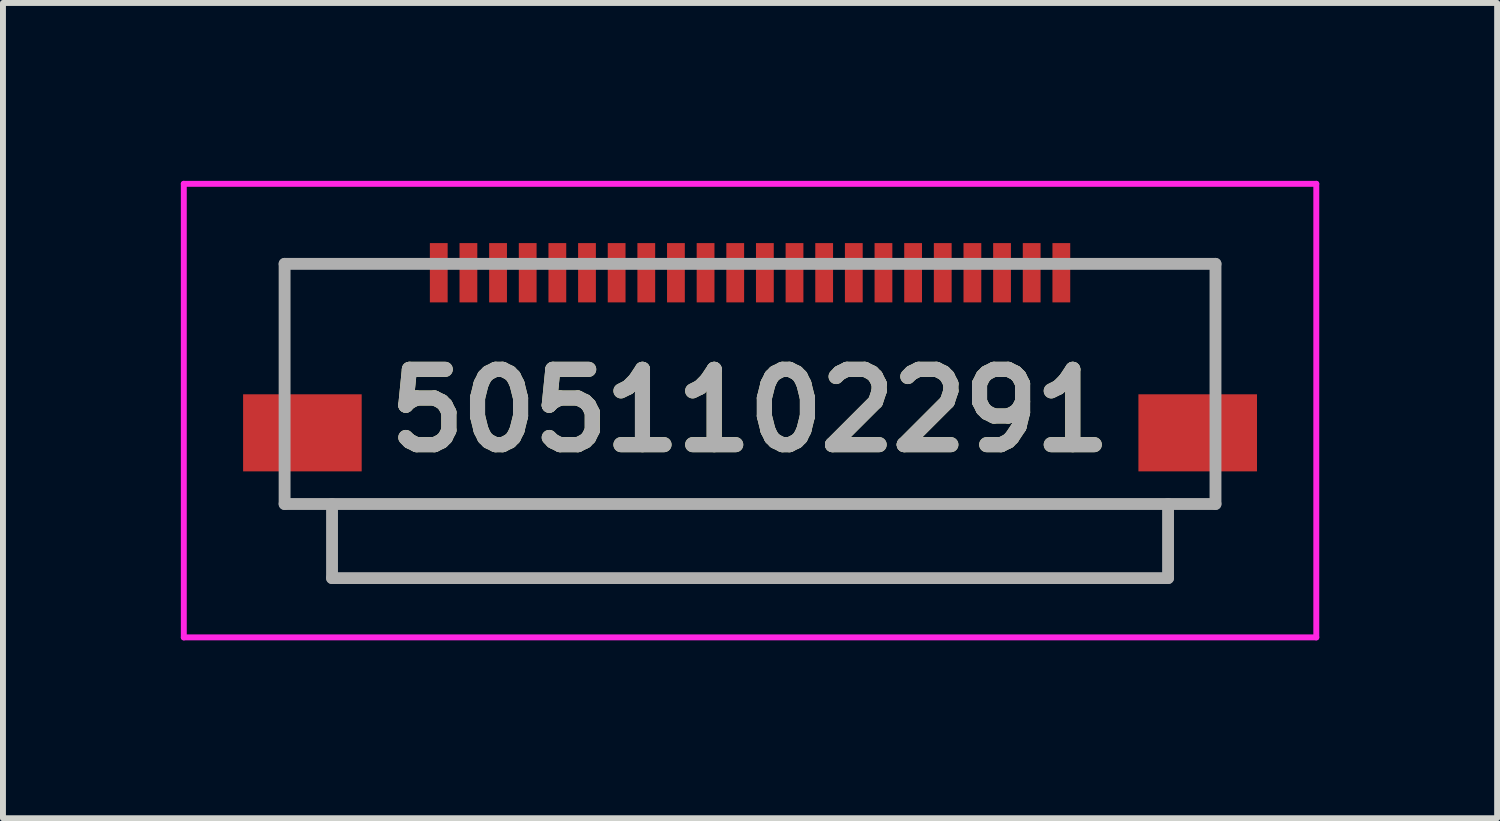
<source format=kicad_pcb>
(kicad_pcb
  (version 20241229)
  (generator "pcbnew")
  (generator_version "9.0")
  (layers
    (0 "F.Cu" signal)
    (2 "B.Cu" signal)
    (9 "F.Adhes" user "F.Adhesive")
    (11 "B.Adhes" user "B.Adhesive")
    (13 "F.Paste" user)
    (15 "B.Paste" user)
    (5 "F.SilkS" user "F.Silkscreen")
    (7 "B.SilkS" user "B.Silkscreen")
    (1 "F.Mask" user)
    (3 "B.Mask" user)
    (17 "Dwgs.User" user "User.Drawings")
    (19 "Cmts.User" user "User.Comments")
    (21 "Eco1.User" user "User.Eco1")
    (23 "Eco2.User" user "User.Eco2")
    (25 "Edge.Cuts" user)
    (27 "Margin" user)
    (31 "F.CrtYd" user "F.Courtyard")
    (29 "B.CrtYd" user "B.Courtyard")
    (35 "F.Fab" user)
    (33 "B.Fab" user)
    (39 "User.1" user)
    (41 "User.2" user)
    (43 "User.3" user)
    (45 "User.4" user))
  (footprint "5051102291"
    (layer "F.Cu")
    (at 9.6 3.875)
    (property "Reference" "5051102291" (at 0 0 0) (layer "F.SilkS") (effects (font (size 1.27 1.27) (thickness 0.254))))
    (attr smd)
    (fp_line (start -7.85 -2.475) (end -6.5 -2.475) (stroke (width 0.1) (type solid)) (layer "F.SilkS"))
    (fp_line (start -7.85 -2.325) (end -7.85 -2.475) (stroke (width 0.1) (type solid)) (layer "F.SilkS"))
    (fp_line (start -7.85 -0.475) (end -7.85 -2.325) (stroke (width 0.1) (type solid)) (layer "F.SilkS"))
    (fp_line (start -7.85 1.575) (end 7.85 1.575) (stroke (width 0.1) (type solid)) (layer "F.SilkS"))
    (fp_line (start -7.05 1.575) (end -7.05 2.825) (stroke (width 0.1) (type solid)) (layer "F.SilkS"))
    (fp_line (start -7.05 2.825) (end 7.05 2.825) (stroke (width 0.1) (type solid)) (layer "F.SilkS"))
    (fp_line (start -6.5 -2.475) (end -6 -2.475) (stroke (width 0.1) (type solid)) (layer "F.SilkS"))
    (fp_line (start 6 -2.475) (end 7.85 -2.475) (stroke (width 0.1) (type solid)) (layer "F.SilkS"))
    (fp_line (start 7.05 2.825) (end 7.05 1.575) (stroke (width 0.1) (type solid)) (layer "F.SilkS"))
    (fp_line (start 7.85 -2.475) (end 7.85 -0.475) (stroke (width 0.1) (type solid)) (layer "F.SilkS"))
    (fp_line (start -9.55 -3.825) (end 9.55 -3.825) (stroke (width 0.1) (type solid)) (layer "F.CrtYd"))
    (fp_line (start -9.55 3.825) (end -9.55 -3.825) (stroke (width 0.1) (type solid)) (layer "F.CrtYd"))
    (fp_line (start 9.55 -3.825) (end 9.55 3.825) (stroke (width 0.1) (type solid)) (layer "F.CrtYd"))
    (fp_line (start 9.55 3.825) (end -9.55 3.825) (stroke (width 0.1) (type solid)) (layer "F.CrtYd"))
    (fp_line (start -7.85 -2.475) (end 7.85 -2.475) (stroke (width 0.2) (type solid)) (layer "F.Fab"))
    (fp_line (start -7.85 1.575) (end -7.85 -2.475) (stroke (width 0.2) (type solid)) (layer "F.Fab"))
    (fp_line (start -7.05 1.575) (end -7.05 2.825) (stroke (width 0.2) (type solid)) (layer "F.Fab"))
    (fp_line (start -7.05 2.825) (end 7.05 2.825) (stroke (width 0.2) (type solid)) (layer "F.Fab"))
    (fp_line (start 7.05 2.825) (end 7.05 1.575) (stroke (width 0.2) (type solid)) (layer "F.Fab"))
    (fp_line (start 7.85 -2.475) (end 7.85 1.575) (stroke (width 0.2) (type solid)) (layer "F.Fab"))
    (fp_line (start 7.85 1.575) (end -7.85 1.575) (stroke (width 0.2) (type solid)) (layer "F.Fab"))
    (fp_text user "${REFERENCE}" (at 0 0 0) (layer "F.Fab") (effects (font (size 1.27 1.27) (thickness 0.254))))
    (pad "1" smd rect (at -5.25 -2.325) (size 0.3 1) (layers "F.Cu" "F.Mask" "F.Paste"))
    (pad "2" smd rect (at -4.75 -2.325) (size 0.3 1) (layers "F.Cu" "F.Mask" "F.Paste"))
    (pad "3" smd rect (at -4.25 -2.325) (size 0.3 1) (layers "F.Cu" "F.Mask" "F.Paste"))
    (pad "4" smd rect (at -3.75 -2.325) (size 0.3 1) (layers "F.Cu" "F.Mask" "F.Paste"))
    (pad "5" smd rect (at -3.25 -2.325) (size 0.3 1) (layers "F.Cu" "F.Mask" "F.Paste"))
    (pad "6" smd rect (at -2.75 -2.325) (size 0.3 1) (layers "F.Cu" "F.Mask" "F.Paste"))
    (pad "7" smd rect (at -2.25 -2.325) (size 0.3 1) (layers "F.Cu" "F.Mask" "F.Paste"))
    (pad "8" smd rect (at -1.75 -2.325) (size 0.3 1) (layers "F.Cu" "F.Mask" "F.Paste"))
    (pad "9" smd rect (at -1.25 -2.325) (size 0.3 1) (layers "F.Cu" "F.Mask" "F.Paste"))
    (pad "10" smd rect (at -0.75 -2.325) (size 0.3 1) (layers "F.Cu" "F.Mask" "F.Paste"))
    (pad "11" smd rect (at -0.25 -2.325) (size 0.3 1) (layers "F.Cu" "F.Mask" "F.Paste"))
    (pad "12" smd rect (at 0.25 -2.325) (size 0.3 1) (layers "F.Cu" "F.Mask" "F.Paste"))
    (pad "13" smd rect (at 0.75 -2.325) (size 0.3 1) (layers "F.Cu" "F.Mask" "F.Paste"))
    (pad "14" smd rect (at 1.25 -2.325) (size 0.3 1) (layers "F.Cu" "F.Mask" "F.Paste"))
    (pad "15" smd rect (at 1.75 -2.325) (size 0.3 1) (layers "F.Cu" "F.Mask" "F.Paste"))
    (pad "16" smd rect (at 2.25 -2.325) (size 0.3 1) (layers "F.Cu" "F.Mask" "F.Paste"))
    (pad "17" smd rect (at 2.75 -2.325) (size 0.3 1) (layers "F.Cu" "F.Mask" "F.Paste"))
    (pad "18" smd rect (at 3.25 -2.325) (size 0.3 1) (layers "F.Cu" "F.Mask" "F.Paste"))
    (pad "19" smd rect (at 3.75 -2.325) (size 0.3 1) (layers "F.Cu" "F.Mask" "F.Paste"))
    (pad "20" smd rect (at 4.25 -2.325) (size 0.3 1) (layers "F.Cu" "F.Mask" "F.Paste"))
    (pad "21" smd rect (at 4.75 -2.325) (size 0.3 1) (layers "F.Cu" "F.Mask" "F.Paste"))
    (pad "22" smd rect (at 5.25 -2.325) (size 0.3 1) (layers "F.Cu" "F.Mask" "F.Paste"))
    (pad "23" smd rect (at -7.55 0.375 90) (size 1.3 2) (layers "F.Cu" "F.Mask" "F.Paste"))
    (pad "24" smd rect (at 7.55 0.375 90) (size 1.3 2) (layers "F.Cu" "F.Mask" "F.Paste")))
  (gr_rect
    (start -3 -3)
    (end 22.2 10.75)
    (stroke (width 0.1) (type default))
    (fill no)
    (layer "Edge.Cuts")))
</source>
